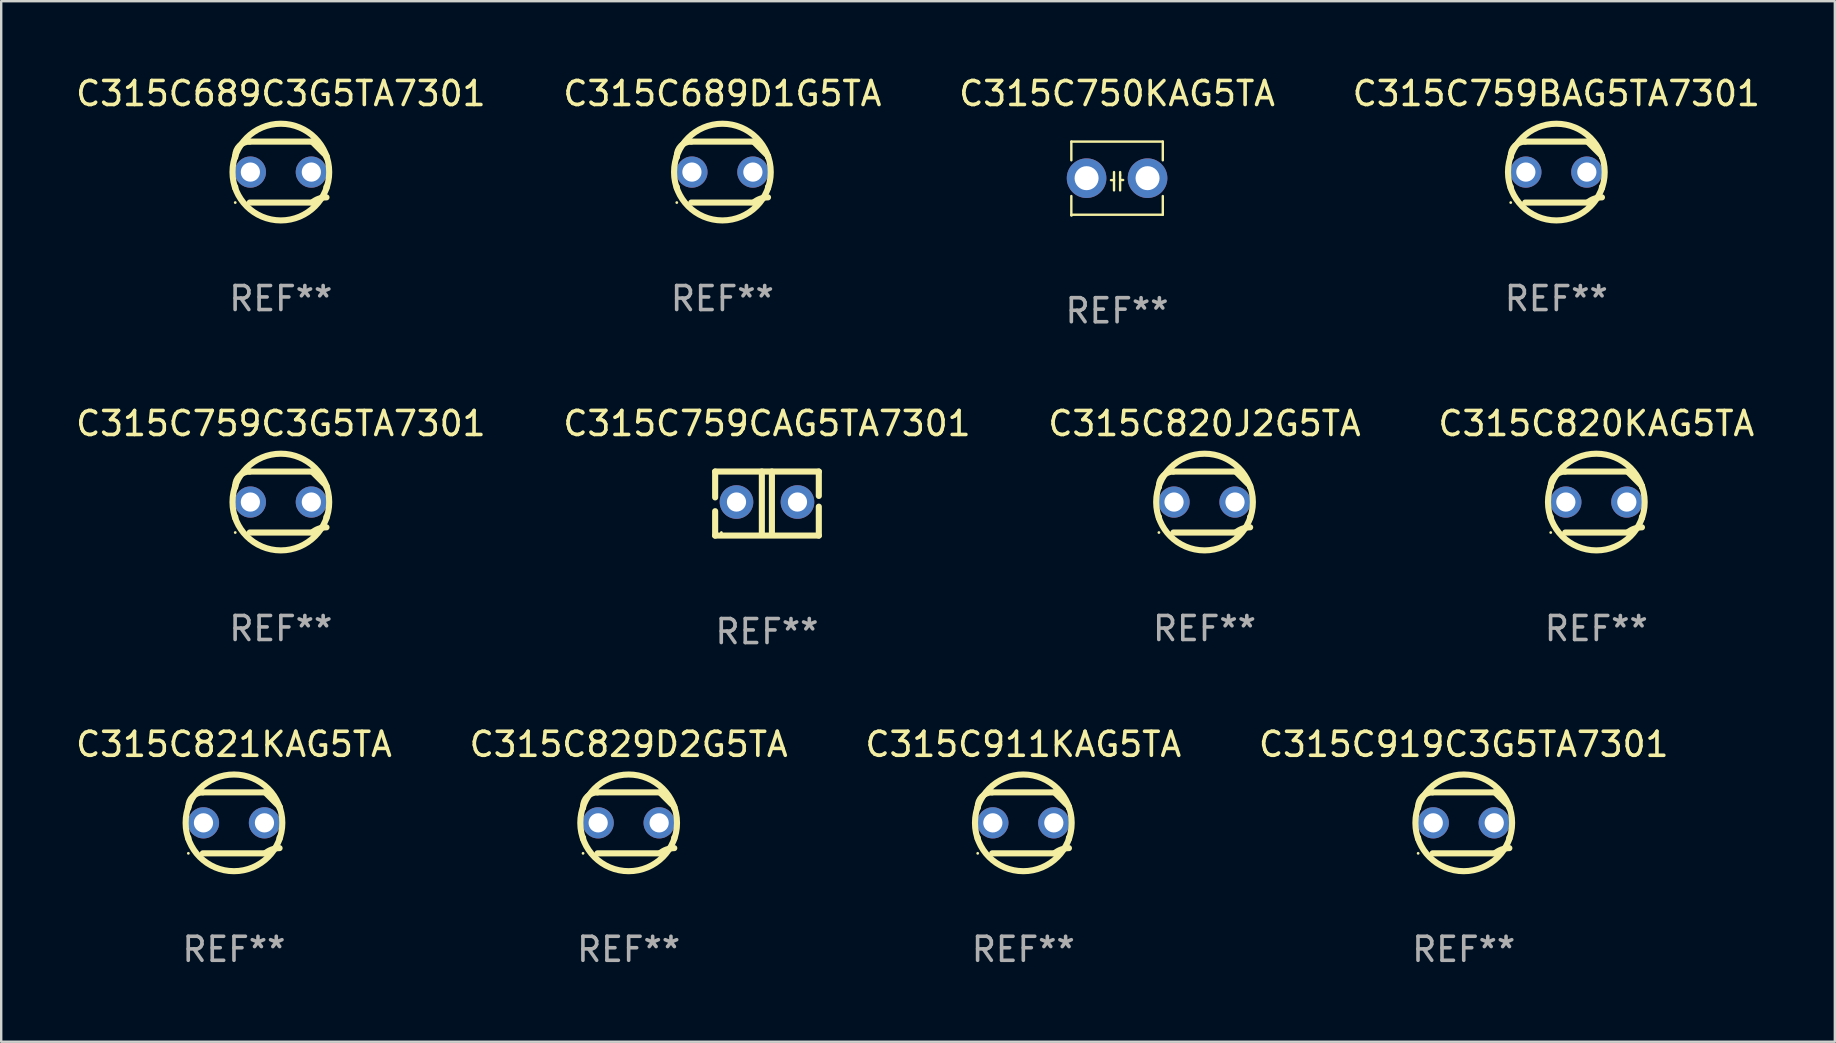
<source format=kicad_pcb>
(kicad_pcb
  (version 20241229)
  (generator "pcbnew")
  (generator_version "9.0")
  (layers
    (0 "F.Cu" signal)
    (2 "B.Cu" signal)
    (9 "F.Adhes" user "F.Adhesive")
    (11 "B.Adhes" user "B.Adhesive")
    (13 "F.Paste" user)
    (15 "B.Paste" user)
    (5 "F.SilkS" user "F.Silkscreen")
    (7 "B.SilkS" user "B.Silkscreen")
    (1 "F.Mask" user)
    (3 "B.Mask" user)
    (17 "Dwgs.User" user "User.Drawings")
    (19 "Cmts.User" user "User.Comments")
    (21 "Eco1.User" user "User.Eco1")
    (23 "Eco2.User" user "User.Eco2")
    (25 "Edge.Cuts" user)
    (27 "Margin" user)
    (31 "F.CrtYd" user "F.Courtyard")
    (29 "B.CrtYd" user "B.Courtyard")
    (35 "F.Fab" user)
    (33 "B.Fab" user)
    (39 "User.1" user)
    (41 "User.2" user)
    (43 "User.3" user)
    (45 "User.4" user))
  (footprint "C315C911KAG5TA"
    (layer "F.Cu")
    (at 39.577 31.226)
    (property "Reference" "C315C911KAG5TA" (at 0 -3.27 0) (layer "F.SilkS") (effects (font (size 1 1) (thickness 0.15))))
    (attr through_hole)
    (fp_line (start -1.9 -0.615) (end -1.9 -0.668) (stroke (width 0.254) (type solid)) (layer "F.SilkS"))
    (fp_line (start -1.9 0.668) (end -1.9 0.615) (stroke (width 0.254) (type solid)) (layer "F.SilkS"))
    (fp_line (start -1.298 1.27) (end 1.298 1.27) (stroke (width 0.254) (type solid)) (layer "F.SilkS"))
    (fp_line (start -1.298 -1.27) (end 1.298 -1.27) (stroke (width 0.254) (type solid)) (layer "F.SilkS"))
    (fp_line (start 1.9 -0.668) (end 1.9 -0.615) (stroke (width 0.254) (type solid)) (layer "F.SilkS"))
    (fp_line (start 1.9 0.615) (end 1.9 0.668) (stroke (width 0.254) (type solid)) (layer "F.SilkS"))
    (fp_arc (start -1.900025 0.667602) (mid 1.900003 -0.66758) (end -1.900025 0.667602) (stroke (width 0.254001) (type solid)) (layer "F.SilkS"))
    (fp_arc (start -1.9 -0.667602) (mid -1.723557 -1.093572) (end -1.297587 -1.270015) (stroke (width 0.254001) (type solid)) (layer "F.SilkS"))
    (fp_arc (start 1.297587 1.26999) (mid 1.579878 1.109027) (end 1.9 1.053172) (stroke (width 0.254001) (type solid)) (layer "F.SilkS"))
    (fp_arc (start 1.297611 -1.270042) (mid 1.598991 -0.969008) (end 1.900025 -0.667628) (stroke (width 0.254001) (type solid)) (layer "F.SilkS"))
    (fp_circle (center -1.9 1.27) (end -1.87 1.27) (stroke (width 0.06) (type solid)) (fill no) (layer "F.SilkS"))
    (fp_text user "REF**" (at 0 5.27 0) (layer "F.Fab") (effects (font (size 1 1) (thickness 0.15))))
    (pad "1" thru_hole circle (at -1.27 -0.000013) (size 1.3 1.3) (drill 0.8) (layers "*.Cu" "*.Mask"))
    (pad "2" thru_hole circle (at 1.27 -0.000013) (size 1.3 1.3) (drill 0.8) (layers "*.Cu" "*.Mask")))
  (footprint "C315C829D2G5TA"
    (layer "F.Cu")
    (at 23.137 31.226)
    (property "Reference" "C315C829D2G5TA" (at 0 -3.27 0) (layer "F.SilkS") (effects (font (size 1 1) (thickness 0.15))))
    (attr through_hole)
    (fp_line (start -1.9 -0.615) (end -1.9 -0.668) (stroke (width 0.254) (type solid)) (layer "F.SilkS"))
    (fp_line (start -1.9 0.668) (end -1.9 0.615) (stroke (width 0.254) (type solid)) (layer "F.SilkS"))
    (fp_line (start -1.298 1.27) (end 1.298 1.27) (stroke (width 0.254) (type solid)) (layer "F.SilkS"))
    (fp_line (start -1.298 -1.27) (end 1.298 -1.27) (stroke (width 0.254) (type solid)) (layer "F.SilkS"))
    (fp_line (start 1.9 -0.668) (end 1.9 -0.615) (stroke (width 0.254) (type solid)) (layer "F.SilkS"))
    (fp_line (start 1.9 0.615) (end 1.9 0.668) (stroke (width 0.254) (type solid)) (layer "F.SilkS"))
    (fp_arc (start -1.900025 0.667602) (mid 1.900003 -0.66758) (end -1.900025 0.667602) (stroke (width 0.254001) (type solid)) (layer "F.SilkS"))
    (fp_arc (start -1.9 -0.667602) (mid -1.723557 -1.093572) (end -1.297587 -1.270015) (stroke (width 0.254001) (type solid)) (layer "F.SilkS"))
    (fp_arc (start 1.297587 1.26999) (mid 1.579878 1.109027) (end 1.9 1.053172) (stroke (width 0.254001) (type solid)) (layer "F.SilkS"))
    (fp_arc (start 1.297611 -1.270042) (mid 1.598991 -0.969008) (end 1.900025 -0.667628) (stroke (width 0.254001) (type solid)) (layer "F.SilkS"))
    (fp_circle (center -1.9 1.27) (end -1.87 1.27) (stroke (width 0.06) (type solid)) (fill no) (layer "F.SilkS"))
    (fp_text user "REF**" (at 0 5.27 0) (layer "F.Fab") (effects (font (size 1 1) (thickness 0.15))))
    (pad "1" thru_hole circle (at -1.27 -0.000013) (size 1.3 1.3) (drill 0.8) (layers "*.Cu" "*.Mask"))
    (pad "2" thru_hole circle (at 1.27 -0.000013) (size 1.3 1.3) (drill 0.8) (layers "*.Cu" "*.Mask")))
  (footprint "C315C919C3G5TA7301"
    (layer "F.Cu")
    (at 57.923 31.226)
    (property "Reference" "C315C919C3G5TA7301" (at 0 -3.27 0) (layer "F.SilkS") (effects (font (size 1 1) (thickness 0.15))))
    (attr through_hole)
    (fp_line (start -1.9 -0.615) (end -1.9 -0.668) (stroke (width 0.254) (type solid)) (layer "F.SilkS"))
    (fp_line (start -1.9 0.668) (end -1.9 0.615) (stroke (width 0.254) (type solid)) (layer "F.SilkS"))
    (fp_line (start -1.298 1.27) (end 1.298 1.27) (stroke (width 0.254) (type solid)) (layer "F.SilkS"))
    (fp_line (start -1.298 -1.27) (end 1.298 -1.27) (stroke (width 0.254) (type solid)) (layer "F.SilkS"))
    (fp_line (start 1.9 -0.668) (end 1.9 -0.615) (stroke (width 0.254) (type solid)) (layer "F.SilkS"))
    (fp_line (start 1.9 0.615) (end 1.9 0.668) (stroke (width 0.254) (type solid)) (layer "F.SilkS"))
    (fp_arc (start -1.900025 0.667602) (mid 1.900003 -0.66758) (end -1.900025 0.667602) (stroke (width 0.254001) (type solid)) (layer "F.SilkS"))
    (fp_arc (start -1.9 -0.667602) (mid -1.723557 -1.093572) (end -1.297587 -1.270015) (stroke (width 0.254001) (type solid)) (layer "F.SilkS"))
    (fp_arc (start 1.297587 1.26999) (mid 1.579878 1.109027) (end 1.9 1.053172) (stroke (width 0.254001) (type solid)) (layer "F.SilkS"))
    (fp_arc (start 1.297611 -1.270042) (mid 1.598991 -0.969008) (end 1.900025 -0.667628) (stroke (width 0.254001) (type solid)) (layer "F.SilkS"))
    (fp_circle (center -1.9 1.27) (end -1.87 1.27) (stroke (width 0.06) (type solid)) (fill no) (layer "F.SilkS"))
    (fp_text user "REF**" (at 0 5.27 0) (layer "F.Fab") (effects (font (size 1 1) (thickness 0.15))))
    (pad "1" thru_hole circle (at -1.27 -0.000013) (size 1.3 1.3) (drill 0.8) (layers "*.Cu" "*.Mask"))
    (pad "2" thru_hole circle (at 1.27 -0.000013) (size 1.3 1.3) (drill 0.8) (layers "*.Cu" "*.Mask")))
  (footprint "C315C820J2G5TA"
    (layer "F.Cu")
    (at 47.125 17.863)
    (property "Reference" "C315C820J2G5TA" (at 0 -3.27 0) (layer "F.SilkS") (effects (font (size 1 1) (thickness 0.15))))
    (attr through_hole)
    (fp_line (start -1.9 -0.615) (end -1.9 -0.668) (stroke (width 0.254) (type solid)) (layer "F.SilkS"))
    (fp_line (start -1.9 0.668) (end -1.9 0.615) (stroke (width 0.254) (type solid)) (layer "F.SilkS"))
    (fp_line (start -1.298 1.27) (end 1.298 1.27) (stroke (width 0.254) (type solid)) (layer "F.SilkS"))
    (fp_line (start -1.298 -1.27) (end 1.298 -1.27) (stroke (width 0.254) (type solid)) (layer "F.SilkS"))
    (fp_line (start 1.9 -0.668) (end 1.9 -0.615) (stroke (width 0.254) (type solid)) (layer "F.SilkS"))
    (fp_line (start 1.9 0.615) (end 1.9 0.668) (stroke (width 0.254) (type solid)) (layer "F.SilkS"))
    (fp_arc (start -1.900025 0.667602) (mid 1.900003 -0.66758) (end -1.900025 0.667602) (stroke (width 0.254001) (type solid)) (layer "F.SilkS"))
    (fp_arc (start -1.9 -0.667602) (mid -1.723557 -1.093572) (end -1.297587 -1.270015) (stroke (width 0.254001) (type solid)) (layer "F.SilkS"))
    (fp_arc (start 1.297587 1.26999) (mid 1.579878 1.109027) (end 1.9 1.053172) (stroke (width 0.254001) (type solid)) (layer "F.SilkS"))
    (fp_arc (start 1.297611 -1.270042) (mid 1.598991 -0.969008) (end 1.900025 -0.667628) (stroke (width 0.254001) (type solid)) (layer "F.SilkS"))
    (fp_circle (center -1.9 1.27) (end -1.87 1.27) (stroke (width 0.06) (type solid)) (fill no) (layer "F.SilkS"))
    (fp_text user "REF**" (at 0 5.27 0) (layer "F.Fab") (effects (font (size 1 1) (thickness 0.15))))
    (pad "1" thru_hole circle (at -1.27 -0.000013) (size 1.3 1.3) (drill 0.8) (layers "*.Cu" "*.Mask"))
    (pad "2" thru_hole circle (at 1.27 -0.000013) (size 1.3 1.3) (drill 0.8) (layers "*.Cu" "*.Mask")))
  (footprint "C315C820KAG5TA"
    (layer "F.Cu")
    (at 63.446 17.863)
    (property "Reference" "C315C820KAG5TA" (at 0 -3.27 0) (layer "F.SilkS") (effects (font (size 1 1) (thickness 0.15))))
    (attr through_hole)
    (fp_line (start -1.9 -0.615) (end -1.9 -0.668) (stroke (width 0.254) (type solid)) (layer "F.SilkS"))
    (fp_line (start -1.9 0.668) (end -1.9 0.615) (stroke (width 0.254) (type solid)) (layer "F.SilkS"))
    (fp_line (start -1.298 1.27) (end 1.298 1.27) (stroke (width 0.254) (type solid)) (layer "F.SilkS"))
    (fp_line (start -1.298 -1.27) (end 1.298 -1.27) (stroke (width 0.254) (type solid)) (layer "F.SilkS"))
    (fp_line (start 1.9 -0.668) (end 1.9 -0.615) (stroke (width 0.254) (type solid)) (layer "F.SilkS"))
    (fp_line (start 1.9 0.615) (end 1.9 0.668) (stroke (width 0.254) (type solid)) (layer "F.SilkS"))
    (fp_arc (start -1.900025 0.667602) (mid 1.900003 -0.66758) (end -1.900025 0.667602) (stroke (width 0.254001) (type solid)) (layer "F.SilkS"))
    (fp_arc (start -1.9 -0.667602) (mid -1.723557 -1.093572) (end -1.297587 -1.270015) (stroke (width 0.254001) (type solid)) (layer "F.SilkS"))
    (fp_arc (start 1.297587 1.26999) (mid 1.579878 1.109027) (end 1.9 1.053172) (stroke (width 0.254001) (type solid)) (layer "F.SilkS"))
    (fp_arc (start 1.297611 -1.270042) (mid 1.598991 -0.969008) (end 1.900025 -0.667628) (stroke (width 0.254001) (type solid)) (layer "F.SilkS"))
    (fp_circle (center -1.9 1.27) (end -1.87 1.27) (stroke (width 0.06) (type solid)) (fill no) (layer "F.SilkS"))
    (fp_text user "REF**" (at 0 5.27 0) (layer "F.Fab") (effects (font (size 1 1) (thickness 0.15))))
    (pad "1" thru_hole circle (at -1.27 -0.000013) (size 1.3 1.3) (drill 0.8) (layers "*.Cu" "*.Mask"))
    (pad "2" thru_hole circle (at 1.27 -0.000013) (size 1.3 1.3) (drill 0.8) (layers "*.Cu" "*.Mask")))
  (footprint "C315C750KAG5TA"
    (layer "F.Cu")
    (at 43.482 4.372)
    (property "Reference" "C315C750KAG5TA" (at 0 -3.524 0) (layer "F.SilkS") (effects (font (size 1 1) (thickness 0.15))))
    (attr through_hole)
    (fp_line (start -1.905 -1.524) (end -1.905 -0.745) (stroke (width 0.1) (type solid)) (layer "F.SilkS"))
    (fp_line (start -1.905 0.745) (end -1.905 1.524) (stroke (width 0.1) (type solid)) (layer "F.SilkS"))
    (fp_line (start -1.905 1.524) (end 1.905 1.524) (stroke (width 0.1) (type solid)) (layer "F.SilkS"))
    (fp_line (start -0.127 -0.254) (end -0.127 0.508) (stroke (width 0.1) (type solid)) (layer "F.SilkS"))
    (fp_line (start -0.127 0.082) (end -0.254 0.082) (stroke (width 0.1) (type solid)) (layer "F.SilkS"))
    (fp_line (start 0.127 -0.127) (end 0.127 -0.254) (stroke (width 0.1) (type solid)) (layer "F.SilkS"))
    (fp_line (start 0.127 -0.127) (end 0.127 0.508) (stroke (width 0.1) (type solid)) (layer "F.SilkS"))
    (fp_line (start 0.127 0.077) (end 0.254 0.077) (stroke (width 0.1) (type solid)) (layer "F.SilkS"))
    (fp_line (start 1.905 -1.524) (end -1.905 -1.524) (stroke (width 0.1) (type solid)) (layer "F.SilkS"))
    (fp_line (start 1.905 -0.745) (end 1.905 -1.524) (stroke (width 0.1) (type solid)) (layer "F.SilkS"))
    (fp_line (start 1.905 1.524) (end 1.905 0.745) (stroke (width 0.1) (type solid)) (layer "F.SilkS"))
    (fp_circle (center -1.9 1.55) (end -1.87 1.55) (stroke (width 0.06) (type solid)) (fill no) (layer "F.SilkS"))
    (fp_text user "REF**" (at 0 5.524 0) (layer "F.Fab") (effects (font (size 1 1) (thickness 0.15))))
    (pad "1" thru_hole circle (at -1.27 0) (size 1.65 1.65) (drill 1) (layers "*.Cu" "*.Mask"))
    (pad "2" thru_hole circle (at 1.27 0) (size 1.65 1.65) (drill 1) (layers "*.Cu" "*.Mask")))
  (footprint "C315C759BAG5TA7301"
    (layer "F.Cu")
    (at 61.78 4.118)
    (property "Reference" "C315C759BAG5TA7301" (at 0 -3.27 0) (layer "F.SilkS") (effects (font (size 1 1) (thickness 0.15))))
    (attr through_hole)
    (fp_line (start -1.9 -0.615) (end -1.9 -0.668) (stroke (width 0.254) (type solid)) (layer "F.SilkS"))
    (fp_line (start -1.9 0.668) (end -1.9 0.615) (stroke (width 0.254) (type solid)) (layer "F.SilkS"))
    (fp_line (start -1.298 1.27) (end 1.298 1.27) (stroke (width 0.254) (type solid)) (layer "F.SilkS"))
    (fp_line (start -1.298 -1.27) (end 1.298 -1.27) (stroke (width 0.254) (type solid)) (layer "F.SilkS"))
    (fp_line (start 1.9 -0.668) (end 1.9 -0.615) (stroke (width 0.254) (type solid)) (layer "F.SilkS"))
    (fp_line (start 1.9 0.615) (end 1.9 0.668) (stroke (width 0.254) (type solid)) (layer "F.SilkS"))
    (fp_arc (start -1.900025 0.667602) (mid 1.900003 -0.66758) (end -1.900025 0.667602) (stroke (width 0.254001) (type solid)) (layer "F.SilkS"))
    (fp_arc (start -1.9 -0.667602) (mid -1.723557 -1.093572) (end -1.297587 -1.270015) (stroke (width 0.254001) (type solid)) (layer "F.SilkS"))
    (fp_arc (start 1.297587 1.26999) (mid 1.579878 1.109027) (end 1.9 1.053172) (stroke (width 0.254001) (type solid)) (layer "F.SilkS"))
    (fp_arc (start 1.297611 -1.270042) (mid 1.598991 -0.969008) (end 1.900025 -0.667628) (stroke (width 0.254001) (type solid)) (layer "F.SilkS"))
    (fp_circle (center -1.9 1.27) (end -1.87 1.27) (stroke (width 0.06) (type solid)) (fill no) (layer "F.SilkS"))
    (fp_text user "REF**" (at 0 5.27 0) (layer "F.Fab") (effects (font (size 1 1) (thickness 0.15))))
    (pad "1" thru_hole circle (at -1.27 -0.000013) (size 1.3 1.3) (drill 0.8) (layers "*.Cu" "*.Mask"))
    (pad "2" thru_hole circle (at 1.27 -0.000013) (size 1.3 1.3) (drill 0.8) (layers "*.Cu" "*.Mask")))
  (footprint "C315C821KAG5TA"
    (layer "F.Cu")
    (at 6.696 31.226)
    (property "Reference" "C315C821KAG5TA" (at 0 -3.27 0) (layer "F.SilkS") (effects (font (size 1 1) (thickness 0.15))))
    (attr through_hole)
    (fp_line (start -1.9 -0.615) (end -1.9 -0.668) (stroke (width 0.254) (type solid)) (layer "F.SilkS"))
    (fp_line (start -1.9 0.668) (end -1.9 0.615) (stroke (width 0.254) (type solid)) (layer "F.SilkS"))
    (fp_line (start -1.298 1.27) (end 1.298 1.27) (stroke (width 0.254) (type solid)) (layer "F.SilkS"))
    (fp_line (start -1.298 -1.27) (end 1.298 -1.27) (stroke (width 0.254) (type solid)) (layer "F.SilkS"))
    (fp_line (start 1.9 -0.668) (end 1.9 -0.615) (stroke (width 0.254) (type solid)) (layer "F.SilkS"))
    (fp_line (start 1.9 0.615) (end 1.9 0.668) (stroke (width 0.254) (type solid)) (layer "F.SilkS"))
    (fp_arc (start -1.900025 0.667602) (mid 1.900003 -0.66758) (end -1.900025 0.667602) (stroke (width 0.254001) (type solid)) (layer "F.SilkS"))
    (fp_arc (start -1.9 -0.667602) (mid -1.723557 -1.093572) (end -1.297587 -1.270015) (stroke (width 0.254001) (type solid)) (layer "F.SilkS"))
    (fp_arc (start 1.297587 1.26999) (mid 1.579878 1.109027) (end 1.9 1.053172) (stroke (width 0.254001) (type solid)) (layer "F.SilkS"))
    (fp_arc (start 1.297611 -1.270042) (mid 1.598991 -0.969008) (end 1.900025 -0.667628) (stroke (width 0.254001) (type solid)) (layer "F.SilkS"))
    (fp_circle (center -1.9 1.27) (end -1.87 1.27) (stroke (width 0.06) (type solid)) (fill no) (layer "F.SilkS"))
    (fp_text user "REF**" (at 0 5.27 0) (layer "F.Fab") (effects (font (size 1 1) (thickness 0.15))))
    (pad "1" thru_hole circle (at -1.27 -0.000013) (size 1.3 1.3) (drill 0.8) (layers "*.Cu" "*.Mask"))
    (pad "2" thru_hole circle (at 1.27 -0.000013) (size 1.3 1.3) (drill 0.8) (layers "*.Cu" "*.Mask")))
  (footprint "C315C689C3G5TA7301"
    (layer "F.Cu")
    (at 8.649 4.118)
    (property "Reference" "C315C689C3G5TA7301" (at 0 -3.27 0) (layer "F.SilkS") (effects (font (size 1 1) (thickness 0.15))))
    (attr through_hole)
    (fp_line (start -1.9 -0.615) (end -1.9 -0.668) (stroke (width 0.254) (type solid)) (layer "F.SilkS"))
    (fp_line (start -1.9 0.668) (end -1.9 0.615) (stroke (width 0.254) (type solid)) (layer "F.SilkS"))
    (fp_line (start -1.298 1.27) (end 1.298 1.27) (stroke (width 0.254) (type solid)) (layer "F.SilkS"))
    (fp_line (start -1.298 -1.27) (end 1.298 -1.27) (stroke (width 0.254) (type solid)) (layer "F.SilkS"))
    (fp_line (start 1.9 -0.668) (end 1.9 -0.615) (stroke (width 0.254) (type solid)) (layer "F.SilkS"))
    (fp_line (start 1.9 0.615) (end 1.9 0.668) (stroke (width 0.254) (type solid)) (layer "F.SilkS"))
    (fp_arc (start -1.900025 0.667602) (mid 1.900003 -0.66758) (end -1.900025 0.667602) (stroke (width 0.254001) (type solid)) (layer "F.SilkS"))
    (fp_arc (start -1.9 -0.667602) (mid -1.723557 -1.093572) (end -1.297587 -1.270015) (stroke (width 0.254001) (type solid)) (layer "F.SilkS"))
    (fp_arc (start 1.297587 1.26999) (mid 1.579878 1.109027) (end 1.9 1.053172) (stroke (width 0.254001) (type solid)) (layer "F.SilkS"))
    (fp_arc (start 1.297611 -1.270042) (mid 1.598991 -0.969008) (end 1.900025 -0.667628) (stroke (width 0.254001) (type solid)) (layer "F.SilkS"))
    (fp_circle (center -1.9 1.27) (end -1.87 1.27) (stroke (width 0.06) (type solid)) (fill no) (layer "F.SilkS"))
    (fp_text user "REF**" (at 0 5.27 0) (layer "F.Fab") (effects (font (size 1 1) (thickness 0.15))))
    (pad "1" thru_hole circle (at -1.27 -0.000013) (size 1.3 1.3) (drill 0.8) (layers "*.Cu" "*.Mask"))
    (pad "2" thru_hole circle (at 1.27 -0.000013) (size 1.3 1.3) (drill 0.8) (layers "*.Cu" "*.Mask")))
  (footprint "C315C759CAG5TA7301"
    (layer "F.Cu")
    (at 28.899 17.926)
    (property "Reference" "C315C759CAG5TA7301" (at 0 -3.334 0) (layer "F.SilkS") (effects (font (size 1 1) (thickness 0.15))))
    (attr through_hole)
    (fp_line (start -2.159 -1.334) (end 2.159 -1.334) (stroke (width 0.254) (type solid)) (layer "F.SilkS"))
    (fp_line (start -2.159 -0.256) (end -2.159 -1.334) (stroke (width 0.254) (type solid)) (layer "F.SilkS"))
    (fp_line (start -2.159 1.334) (end -2.159 0.318) (stroke (width 0.254) (type solid)) (layer "F.SilkS"))
    (fp_line (start -0.214 -1.334) (end -0.214 1.207) (stroke (width 0.254) (type solid)) (layer "F.SilkS"))
    (fp_line (start 0.205 -1.334) (end 0.205 1.207) (stroke (width 0.254) (type solid)) (layer "F.SilkS"))
    (fp_line (start 2.159 -1.334) (end 2.159 -0.318) (stroke (width 0.254) (type solid)) (layer "F.SilkS"))
    (fp_line (start 2.159 0.129) (end 2.159 1.334) (stroke (width 0.254) (type solid)) (layer "F.SilkS"))
    (fp_line (start 2.159 1.334) (end -2.159 1.334) (stroke (width 0.254) (type solid)) (layer "F.SilkS"))
    (fp_circle (center -1.9 1.207) (end -1.87 1.207) (stroke (width 0.06) (type solid)) (fill no) (layer "F.SilkS"))
    (fp_text user "REF**" (at 0 5.334 0) (layer "F.Fab") (effects (font (size 1 1) (thickness 0.15))))
    (pad "1" thru_hole circle (at -1.27 -0.064) (size 1.4 1.4) (drill 0.8) (layers "*.Cu" "*.Mask"))
    (pad "2" thru_hole circle (at 1.27 -0.064) (size 1.4 1.4) (drill 0.8) (layers "*.Cu" "*.Mask")))
  (footprint "C315C759C3G5TA7301"
    (layer "F.Cu")
    (at 8.649 17.863)
    (property "Reference" "C315C759C3G5TA7301" (at 0 -3.27 0) (layer "F.SilkS") (effects (font (size 1 1) (thickness 0.15))))
    (attr through_hole)
    (fp_line (start -1.9 -0.615) (end -1.9 -0.668) (stroke (width 0.254) (type solid)) (layer "F.SilkS"))
    (fp_line (start -1.9 0.668) (end -1.9 0.615) (stroke (width 0.254) (type solid)) (layer "F.SilkS"))
    (fp_line (start -1.298 1.27) (end 1.298 1.27) (stroke (width 0.254) (type solid)) (layer "F.SilkS"))
    (fp_line (start -1.298 -1.27) (end 1.298 -1.27) (stroke (width 0.254) (type solid)) (layer "F.SilkS"))
    (fp_line (start 1.9 -0.668) (end 1.9 -0.615) (stroke (width 0.254) (type solid)) (layer "F.SilkS"))
    (fp_line (start 1.9 0.615) (end 1.9 0.668) (stroke (width 0.254) (type solid)) (layer "F.SilkS"))
    (fp_arc (start -1.900025 0.667602) (mid 1.900003 -0.66758) (end -1.900025 0.667602) (stroke (width 0.254001) (type solid)) (layer "F.SilkS"))
    (fp_arc (start -1.9 -0.667602) (mid -1.723557 -1.093572) (end -1.297587 -1.270015) (stroke (width 0.254001) (type solid)) (layer "F.SilkS"))
    (fp_arc (start 1.297587 1.26999) (mid 1.579878 1.109027) (end 1.9 1.053172) (stroke (width 0.254001) (type solid)) (layer "F.SilkS"))
    (fp_arc (start 1.297611 -1.270042) (mid 1.598991 -0.969008) (end 1.900025 -0.667628) (stroke (width 0.254001) (type solid)) (layer "F.SilkS"))
    (fp_circle (center -1.9 1.27) (end -1.87 1.27) (stroke (width 0.06) (type solid)) (fill no) (layer "F.SilkS"))
    (fp_text user "REF**" (at 0 5.27 0) (layer "F.Fab") (effects (font (size 1 1) (thickness 0.15))))
    (pad "1" thru_hole circle (at -1.27 -0.000013) (size 1.3 1.3) (drill 0.8) (layers "*.Cu" "*.Mask"))
    (pad "2" thru_hole circle (at 1.27 -0.000013) (size 1.3 1.3) (drill 0.8) (layers "*.Cu" "*.Mask")))
  (footprint "C315C689D1G5TA"
    (layer "F.Cu")
    (at 27.042 4.118)
    (property "Reference" "C315C689D1G5TA" (at 0 -3.27 0) (layer "F.SilkS") (effects (font (size 1 1) (thickness 0.15))))
    (attr through_hole)
    (fp_line (start -1.9 -0.615) (end -1.9 -0.668) (stroke (width 0.254) (type solid)) (layer "F.SilkS"))
    (fp_line (start -1.9 0.668) (end -1.9 0.615) (stroke (width 0.254) (type solid)) (layer "F.SilkS"))
    (fp_line (start -1.298 1.27) (end 1.298 1.27) (stroke (width 0.254) (type solid)) (layer "F.SilkS"))
    (fp_line (start -1.298 -1.27) (end 1.298 -1.27) (stroke (width 0.254) (type solid)) (layer "F.SilkS"))
    (fp_line (start 1.9 -0.668) (end 1.9 -0.615) (stroke (width 0.254) (type solid)) (layer "F.SilkS"))
    (fp_line (start 1.9 0.615) (end 1.9 0.668) (stroke (width 0.254) (type solid)) (layer "F.SilkS"))
    (fp_arc (start -1.900025 0.667602) (mid 1.900003 -0.66758) (end -1.900025 0.667602) (stroke (width 0.254001) (type solid)) (layer "F.SilkS"))
    (fp_arc (start -1.9 -0.667602) (mid -1.723557 -1.093572) (end -1.297587 -1.270015) (stroke (width 0.254001) (type solid)) (layer "F.SilkS"))
    (fp_arc (start 1.297587 1.26999) (mid 1.579878 1.109027) (end 1.9 1.053172) (stroke (width 0.254001) (type solid)) (layer "F.SilkS"))
    (fp_arc (start 1.297611 -1.270042) (mid 1.598991 -0.969008) (end 1.900025 -0.667628) (stroke (width 0.254001) (type solid)) (layer "F.SilkS"))
    (fp_circle (center -1.9 1.27) (end -1.87 1.27) (stroke (width 0.06) (type solid)) (fill no) (layer "F.SilkS"))
    (fp_text user "REF**" (at 0 5.27 0) (layer "F.Fab") (effects (font (size 1 1) (thickness 0.15))))
    (pad "1" thru_hole circle (at -1.27 -0.000013) (size 1.3 1.3) (drill 0.8) (layers "*.Cu" "*.Mask"))
    (pad "2" thru_hole circle (at 1.27 -0.000013) (size 1.3 1.3) (drill 0.8) (layers "*.Cu" "*.Mask")))
  (gr_rect
    (start -3 -3)
    (end 73.381 40.345)
    (stroke (width 0.1) (type default))
    (fill no)
    (layer "Edge.Cuts")))
</source>
